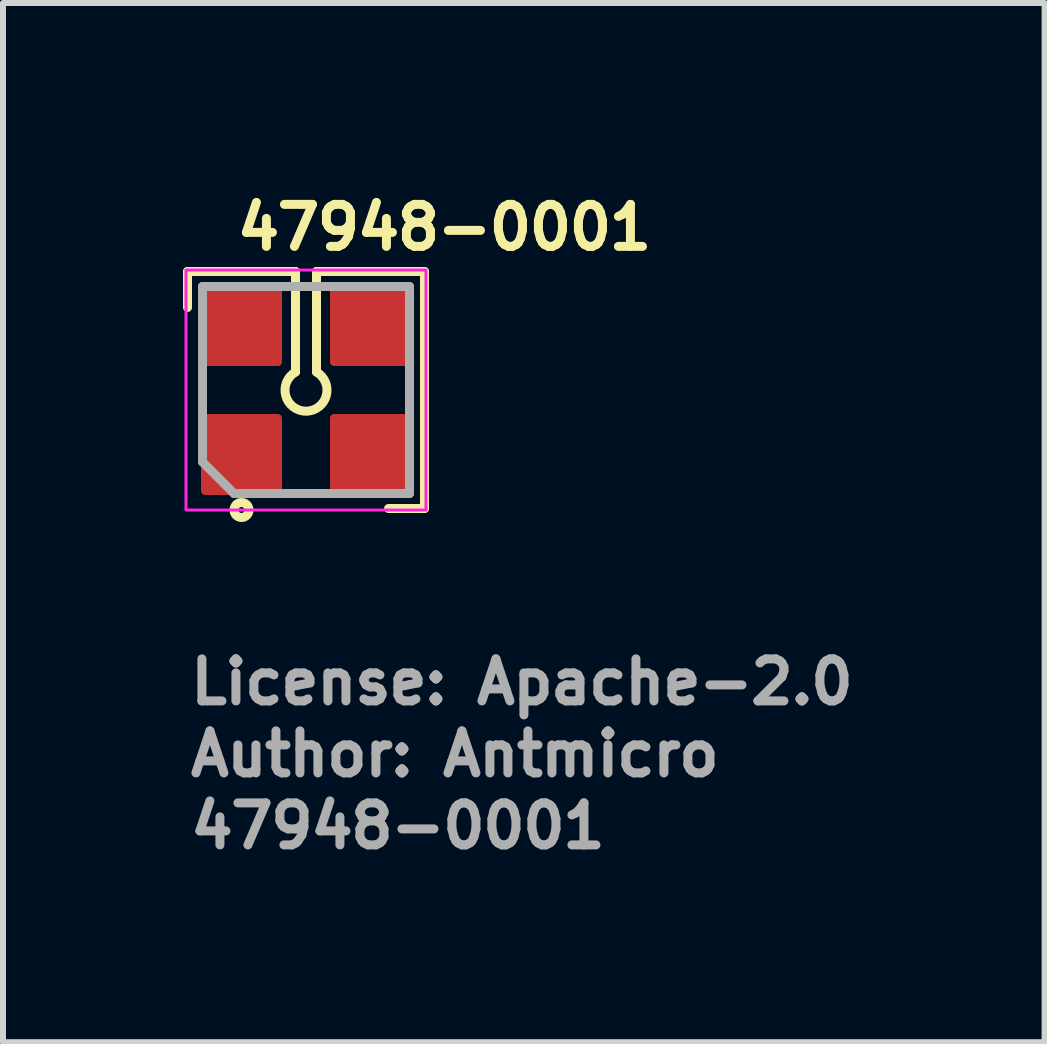
<source format=kicad_pcb>
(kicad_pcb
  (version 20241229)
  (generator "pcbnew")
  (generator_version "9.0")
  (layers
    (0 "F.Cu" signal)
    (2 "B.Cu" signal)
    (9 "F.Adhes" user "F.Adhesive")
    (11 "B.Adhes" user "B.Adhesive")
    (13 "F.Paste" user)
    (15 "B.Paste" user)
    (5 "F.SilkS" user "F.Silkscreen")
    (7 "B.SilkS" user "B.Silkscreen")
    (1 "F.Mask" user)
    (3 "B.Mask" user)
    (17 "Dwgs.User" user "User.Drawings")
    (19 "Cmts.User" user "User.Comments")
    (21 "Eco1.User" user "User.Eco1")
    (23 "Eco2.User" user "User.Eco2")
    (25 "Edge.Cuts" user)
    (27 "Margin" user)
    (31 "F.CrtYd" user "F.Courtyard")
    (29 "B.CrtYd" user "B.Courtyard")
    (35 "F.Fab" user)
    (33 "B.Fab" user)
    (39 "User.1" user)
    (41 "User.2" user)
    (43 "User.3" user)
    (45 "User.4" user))
  (footprint "47948-0001"
    (layer "F.Cu")
    (at 2.05 3.45)
    (property "Reference" "47948-0001" (at -1.225 -2.3 0) (layer "F.SilkS") (effects (font (size 0.7 0.7) (thickness 0.15)) (justify left bottom)))
    (attr smd)
    (fp_line (start -1.975 -1.975) (end -0.175 -1.975) (stroke (width 0.15) (type solid)) (layer "F.SilkS"))
    (fp_line (start -1.975 -1.375) (end -1.975 -1.975) (stroke (width 0.15) (type solid)) (layer "F.SilkS"))
    (fp_line (start -0.175 -0.3) (end -0.175 -1.975) (stroke (width 0.15) (type solid)) (layer "F.SilkS"))
    (fp_line (start 0.175 -1.975) (end 0.175 -0.3) (stroke (width 0.15) (type solid)) (layer "F.SilkS"))
    (fp_line (start 0.175 -1.975) (end 1.975 -1.975) (stroke (width 0.15) (type solid)) (layer "F.SilkS"))
    (fp_line (start 1.975 -1.975) (end 1.975 1.975) (stroke (width 0.15) (type solid)) (layer "F.SilkS"))
    (fp_line (start 1.975 1.975) (end 1.375 1.975) (stroke (width 0.15) (type solid)) (layer "F.SilkS"))
    (fp_arc (start 0.175 -0.3) (mid 0 0.353109) (end -0.175 -0.3) (stroke (width 0.15) (type solid)) (layer "F.SilkS"))
    (fp_circle (center -1.075 2) (end -1.025 2) (stroke (width 0.15) (type solid)) (fill no) (layer "F.SilkS"))
    (fp_rect (start -2 -2) (end 2 2) (stroke (width 0.05) (type solid)) (fill no) (layer "F.CrtYd"))
    (fp_line (start -1.725 -1.725) (end -1.725 1.2) (stroke (width 0.15) (type solid)) (layer "F.Fab"))
    (fp_line (start -1.725 1.2) (end -1.2 1.725) (stroke (width 0.15) (type solid)) (layer "F.Fab"))
    (fp_line (start -1.2 1.725) (end 1.725 1.725) (stroke (width 0.15) (type solid)) (layer "F.Fab"))
    (fp_line (start 1.725 -1.725) (end -1.725 -1.725) (stroke (width 0.15) (type solid)) (layer "F.Fab"))
    (fp_line (start 1.725 1.725) (end 1.725 -1.725) (stroke (width 0.15) (type solid)) (layer "F.Fab"))
    (fp_rect (start -1.74 -1.74) (end 1.74 1.74) (stroke (width 0.1) (type solid)) (fill no) (layer "User.5"))
    (fp_line (start -1.74 -1.74) (end -0.2 -1.74) (stroke (width 0.02) (type solid)) (layer "User.9"))
    (fp_line (start -1.74 -0.2) (end -1.74 -1.74) (stroke (width 0.02) (type solid)) (layer "User.9"))
    (fp_line (start -1.74 0.2) (end -1.561 0.2) (stroke (width 0.02) (type solid)) (layer "User.9"))
    (fp_line (start -1.74 1.74) (end -1.74 0.2) (stroke (width 0.02) (type solid)) (layer "User.9"))
    (fp_line (start -1.57 -1.475) (end -1.57 -1.47) (stroke (width 0.02) (type solid)) (layer "User.9"))
    (fp_line (start -1.57 1.475) (end -1.57 1.48) (stroke (width 0.02) (type solid)) (layer "User.9"))
    (fp_line (start -1.57 -0.864) (end -1.57 -1.47) (stroke (width 0.02) (type solid)) (layer "User.9"))
    (fp_line (start -1.57 0.864) (end -1.57 0.827) (stroke (width 0.02) (type solid)) (layer "User.9"))
    (fp_line (start -1.57 1.47) (end -1.57 1.475) (stroke (width 0.02) (type solid)) (layer "User.9"))
    (fp_line (start -1.57 1.47) (end -1.57 0.864) (stroke (width 0.02) (type solid)) (layer "User.9"))
    (fp_line (start -1.57 -0.826) (end -1.57 -0.864) (stroke (width 0.02) (type solid)) (layer "User.9"))
    (fp_line (start -1.57 0.827) (end -1.57 0.795) (stroke (width 0.02) (type solid)) (layer "User.9"))
    (fp_line (start -1.57 -1.48) (end -1.57 -1.475) (stroke (width 0.02) (type solid)) (layer "User.9"))
    (fp_line (start -1.57 1.48) (end -1.569 1.485) (stroke (width 0.02) (type solid)) (layer "User.9"))
    (fp_line (start -1.57 -0.794) (end -1.57 -0.826) (stroke (width 0.02) (type solid)) (layer "User.9"))
    (fp_line (start -1.57 0.795) (end -1.569 0.772) (stroke (width 0.02) (type solid)) (layer "User.9"))
    (fp_line (start -1.569 -1.485) (end -1.57 -1.48) (stroke (width 0.02) (type solid)) (layer "User.9"))
    (fp_line (start -1.569 -0.782) (end -1.57 -0.794) (stroke (width 0.02) (type solid)) (layer "User.9"))
    (fp_line (start -1.569 1.485) (end -1.568 1.49) (stroke (width 0.02) (type solid)) (layer "User.9"))
    (fp_line (start -1.569 0.772) (end -1.569 0.766) (stroke (width 0.02) (type solid)) (layer "User.9"))
    (fp_line (start -1.569 -0.772) (end -1.569 -0.782) (stroke (width 0.02) (type solid)) (layer "User.9"))
    (fp_line (start -1.569 0.766) (end -1.568 0.764) (stroke (width 0.02) (type solid)) (layer "User.9"))
    (fp_line (start -1.569 -0.766) (end -1.569 -0.772) (stroke (width 0.02) (type solid)) (layer "User.9"))
    (fp_line (start -1.568 -0.765) (end -1.569 -0.766) (stroke (width 0.02) (type solid)) (layer "User.9"))
    (fp_line (start -1.568 -1.49) (end -1.569 -1.485) (stroke (width 0.02) (type solid)) (layer "User.9"))
    (fp_line (start -1.568 1.49) (end -1.567 1.494) (stroke (width 0.02) (type solid)) (layer "User.9"))
    (fp_line (start -1.568 -0.764) (end -1.568 -0.765) (stroke (width 0.02) (type solid)) (layer "User.9"))
    (fp_line (start -1.568 -0.764) (end -1.563 -0.753) (stroke (width 0.02) (type solid)) (layer "User.9"))
    (fp_line (start -1.567 -1.495) (end -1.568 -1.49) (stroke (width 0.02) (type solid)) (layer "User.9"))
    (fp_line (start -1.567 1.494) (end -1.566 1.499) (stroke (width 0.02) (type solid)) (layer "User.9"))
    (fp_line (start -1.566 -1.499) (end -1.567 -1.495) (stroke (width 0.02) (type solid)) (layer "User.9"))
    (fp_line (start -1.566 1.499) (end -1.564 1.504) (stroke (width 0.02) (type solid)) (layer "User.9"))
    (fp_line (start -1.564 -1.504) (end -1.566 -1.499) (stroke (width 0.02) (type solid)) (layer "User.9"))
    (fp_line (start -1.564 1.504) (end -1.563 1.508) (stroke (width 0.02) (type solid)) (layer "User.9"))
    (fp_line (start -1.563 0.753) (end -1.568 0.764) (stroke (width 0.02) (type solid)) (layer "User.9"))
    (fp_line (start -1.563 0.753) (end -1.563 0.753) (stroke (width 0.02) (type solid)) (layer "User.9"))
    (fp_line (start -1.563 0.753) (end -1.563 0.751) (stroke (width 0.02) (type solid)) (layer "User.9"))
    (fp_line (start -1.563 -1.509) (end -1.564 -1.504) (stroke (width 0.02) (type solid)) (layer "User.9"))
    (fp_line (start -1.563 1.508) (end -1.561 1.513) (stroke (width 0.02) (type solid)) (layer "User.9"))
    (fp_line (start -1.563 0.751) (end -1.562 0.745) (stroke (width 0.02) (type solid)) (layer "User.9"))
    (fp_line (start -1.563 -0.751) (end -1.563 -0.753) (stroke (width 0.02) (type solid)) (layer "User.9"))
    (fp_line (start -1.562 0.745) (end -1.562 0.735) (stroke (width 0.02) (type solid)) (layer "User.9"))
    (fp_line (start -1.562 -0.745) (end -1.563 -0.751) (stroke (width 0.02) (type solid)) (layer "User.9"))
    (fp_line (start -1.562 0.735) (end -1.562 0.723) (stroke (width 0.02) (type solid)) (layer "User.9"))
    (fp_line (start -1.562 0.723) (end -1.561 0.691) (stroke (width 0.02) (type solid)) (layer "User.9"))
    (fp_line (start -1.562 -0.723) (end -1.562 -0.745) (stroke (width 0.02) (type solid)) (layer "User.9"))
    (fp_line (start -1.561 -0.691) (end -1.562 -0.723) (stroke (width 0.02) (type solid)) (layer "User.9"))
    (fp_line (start -1.561 0.691) (end -1.561 0.653) (stroke (width 0.02) (type solid)) (layer "User.9"))
    (fp_line (start -1.561 -0.653) (end -1.561 -0.691) (stroke (width 0.02) (type solid)) (layer "User.9"))
    (fp_line (start -1.561 -0.653) (end -1.561 0.653) (stroke (width 0.02) (type solid)) (layer "User.9"))
    (fp_line (start -1.561 -0.2) (end -1.74 -0.2) (stroke (width 0.02) (type solid)) (layer "User.9"))
    (fp_line (start -1.561 -1.513) (end -1.563 -1.509) (stroke (width 0.02) (type solid)) (layer "User.9"))
    (fp_line (start -1.561 1.513) (end -1.558 1.517) (stroke (width 0.02) (type solid)) (layer "User.9"))
    (fp_line (start -1.558 -1.517) (end -1.561 -1.513) (stroke (width 0.02) (type solid)) (layer "User.9"))
    (fp_line (start -1.558 1.517) (end -1.556 1.521) (stroke (width 0.02) (type solid)) (layer "User.9"))
    (fp_line (start -1.556 1.521) (end -1.553 1.525) (stroke (width 0.02) (type solid)) (layer "User.9"))
    (fp_line (start -1.556 -1.522) (end -1.558 -1.517) (stroke (width 0.02) (type solid)) (layer "User.9"))
    (fp_line (start -1.553 1.525) (end -1.55 1.529) (stroke (width 0.02) (type solid)) (layer "User.9"))
    (fp_line (start -1.553 -1.526) (end -1.556 -1.522) (stroke (width 0.02) (type solid)) (layer "User.9"))
    (fp_line (start -1.55 1.529) (end -1.547 1.533) (stroke (width 0.02) (type solid)) (layer "User.9"))
    (fp_line (start -1.55 -1.53) (end -1.553 -1.526) (stroke (width 0.02) (type solid)) (layer "User.9"))
    (fp_line (start -1.547 1.533) (end -1.544 1.537) (stroke (width 0.02) (type solid)) (layer "User.9"))
    (fp_line (start -1.547 -1.534) (end -1.55 -1.53) (stroke (width 0.02) (type solid)) (layer "User.9"))
    (fp_line (start -1.544 1.537) (end -1.541 1.541) (stroke (width 0.02) (type solid)) (layer "User.9"))
    (fp_line (start -1.544 -1.537) (end -1.547 -1.534) (stroke (width 0.02) (type solid)) (layer "User.9"))
    (fp_line (start -1.541 1.541) (end -1.537 1.544) (stroke (width 0.02) (type solid)) (layer "User.9"))
    (fp_line (start -1.541 -1.541) (end -1.544 -1.537) (stroke (width 0.02) (type solid)) (layer "User.9"))
    (fp_line (start -1.537 1.544) (end -1.534 1.547) (stroke (width 0.02) (type solid)) (layer "User.9"))
    (fp_line (start -1.537 -1.544) (end -1.541 -1.541) (stroke (width 0.02) (type solid)) (layer "User.9"))
    (fp_line (start -1.534 1.547) (end -1.53 1.55) (stroke (width 0.02) (type solid)) (layer "User.9"))
    (fp_line (start -1.533 -1.547) (end -1.537 -1.544) (stroke (width 0.02) (type solid)) (layer "User.9"))
    (fp_line (start -1.53 1.55) (end -1.526 1.553) (stroke (width 0.02) (type solid)) (layer "User.9"))
    (fp_line (start -1.529 -1.55) (end -1.533 -1.547) (stroke (width 0.02) (type solid)) (layer "User.9"))
    (fp_line (start -1.526 1.553) (end -1.522 1.556) (stroke (width 0.02) (type solid)) (layer "User.9"))
    (fp_line (start -1.525 -1.553) (end -1.529 -1.55) (stroke (width 0.02) (type solid)) (layer "User.9"))
    (fp_line (start -1.522 1.556) (end -1.517 1.558) (stroke (width 0.02) (type solid)) (layer "User.9"))
    (fp_line (start -1.521 -1.556) (end -1.525 -1.553) (stroke (width 0.02) (type solid)) (layer "User.9"))
    (fp_line (start -1.517 1.558) (end -1.513 1.561) (stroke (width 0.02) (type solid)) (layer "User.9"))
    (fp_line (start -1.517 -1.558) (end -1.521 -1.556) (stroke (width 0.02) (type solid)) (layer "User.9"))
    (fp_line (start -1.513 1.561) (end -1.509 1.563) (stroke (width 0.02) (type solid)) (layer "User.9"))
    (fp_line (start -1.513 -1.561) (end -1.517 -1.558) (stroke (width 0.02) (type solid)) (layer "User.9"))
    (fp_line (start -1.509 1.563) (end -1.504 1.564) (stroke (width 0.02) (type solid)) (layer "User.9"))
    (fp_line (start -1.508 -1.563) (end -1.513 -1.561) (stroke (width 0.02) (type solid)) (layer "User.9"))
    (fp_line (start -1.504 1.564) (end -1.499 1.566) (stroke (width 0.02) (type solid)) (layer "User.9"))
    (fp_line (start -1.504 -1.564) (end -1.508 -1.563) (stroke (width 0.02) (type solid)) (layer "User.9"))
    (fp_line (start -1.499 1.566) (end -1.495 1.567) (stroke (width 0.02) (type solid)) (layer "User.9"))
    (fp_line (start -1.499 -1.566) (end -1.504 -1.564) (stroke (width 0.02) (type solid)) (layer "User.9"))
    (fp_line (start -1.495 1.567) (end -1.49 1.568) (stroke (width 0.02) (type solid)) (layer "User.9"))
    (fp_line (start -1.494 -1.567) (end -1.499 -1.566) (stroke (width 0.02) (type solid)) (layer "User.9"))
    (fp_line (start -1.49 1.568) (end -1.485 1.569) (stroke (width 0.02) (type solid)) (layer "User.9"))
    (fp_line (start -1.49 -1.568) (end -1.494 -1.567) (stroke (width 0.02) (type solid)) (layer "User.9"))
    (fp_line (start -1.485 1.569) (end -1.48 1.57) (stroke (width 0.02) (type solid)) (layer "User.9"))
    (fp_line (start -1.485 -1.569) (end -1.49 -1.568) (stroke (width 0.02) (type solid)) (layer "User.9"))
    (fp_line (start -1.48 1.57) (end -1.475 1.57) (stroke (width 0.02) (type solid)) (layer "User.9"))
    (fp_line (start -1.48 -1.57) (end -1.485 -1.569) (stroke (width 0.02) (type solid)) (layer "User.9"))
    (fp_line (start -1.475 1.57) (end -1.47 1.57) (stroke (width 0.02) (type solid)) (layer "User.9"))
    (fp_line (start -1.475 -1.57) (end -1.48 -1.57) (stroke (width 0.02) (type solid)) (layer "User.9"))
    (fp_line (start -1.47 -1.57) (end -1.475 -1.57) (stroke (width 0.02) (type solid)) (layer "User.9"))
    (fp_line (start -1.47 -1.57) (end 1.47 -1.57) (stroke (width 0.02) (type solid)) (layer "User.9"))
    (fp_line (start -1.32 -1.32) (end -1.255 -1.255) (stroke (width 0.02) (type solid)) (layer "User.9"))
    (fp_line (start -1.32 -1.32) (end -0.18 -1.32) (stroke (width 0.02) (type solid)) (layer "User.9"))
    (fp_line (start -1.32 -0.864) (end -1.32 -1.32) (stroke (width 0.02) (type solid)) (layer "User.9"))
    (fp_line (start -1.32 -0.864) (end -1.32 -0.827) (stroke (width 0.02) (type solid)) (layer "User.9"))
    (fp_line (start -1.32 0.864) (end -1.32 1.32) (stroke (width 0.02) (type solid)) (layer "User.9"))
    (fp_line (start -1.32 1.32) (end -1.255 1.255) (stroke (width 0.02) (type solid)) (layer "User.9"))
    (fp_line (start -1.32 1.32) (end -0.18 1.32) (stroke (width 0.02) (type solid)) (layer "User.9"))
    (fp_line (start -1.32 0.826) (end -1.32 0.864) (stroke (width 0.02) (type solid)) (layer "User.9"))
    (fp_line (start -1.32 -0.827) (end -1.32 -0.795) (stroke (width 0.02) (type solid)) (layer "User.9"))
    (fp_line (start -1.32 -0.795) (end -1.319 -0.772) (stroke (width 0.02) (type solid)) (layer "User.9"))
    (fp_line (start -1.32 0.794) (end -1.32 0.826) (stroke (width 0.02) (type solid)) (layer "User.9"))
    (fp_line (start -1.319 0.782) (end -1.32 0.794) (stroke (width 0.02) (type solid)) (layer "User.9"))
    (fp_line (start -1.319 -0.772) (end -1.319 -0.766) (stroke (width 0.02) (type solid)) (layer "User.9"))
    (fp_line (start -1.319 0.772) (end -1.319 0.782) (stroke (width 0.02) (type solid)) (layer "User.9"))
    (fp_line (start -1.319 -0.766) (end -1.318 -0.764) (stroke (width 0.02) (type solid)) (layer "User.9"))
    (fp_line (start -1.319 0.766) (end -1.319 0.772) (stroke (width 0.02) (type solid)) (layer "User.9"))
    (fp_line (start -1.318 0.765) (end -1.319 0.766) (stroke (width 0.02) (type solid)) (layer "User.9"))
    (fp_line (start -1.318 -0.764) (end -1.313 -0.753) (stroke (width 0.02) (type solid)) (layer "User.9"))
    (fp_line (start -1.318 0.764) (end -1.318 0.765) (stroke (width 0.02) (type solid)) (layer "User.9"))
    (fp_line (start -1.313 -0.753) (end -1.313 -0.753) (stroke (width 0.02) (type solid)) (layer "User.9"))
    (fp_line (start -1.313 0.753) (end -1.318 0.764) (stroke (width 0.02) (type solid)) (layer "User.9"))
    (fp_line (start -1.313 -0.753) (end -1.313 -0.751) (stroke (width 0.02) (type solid)) (layer "User.9"))
    (fp_line (start -1.313 -0.751) (end -1.312 -0.745) (stroke (width 0.02) (type solid)) (layer "User.9"))
    (fp_line (start -1.313 0.751) (end -1.313 0.753) (stroke (width 0.02) (type solid)) (layer "User.9"))
    (fp_line (start -1.312 -0.745) (end -1.312 -0.735) (stroke (width 0.02) (type solid)) (layer "User.9"))
    (fp_line (start -1.312 0.745) (end -1.313 0.751) (stroke (width 0.02) (type solid)) (layer "User.9"))
    (fp_line (start -1.312 -0.735) (end -1.312 -0.723) (stroke (width 0.02) (type solid)) (layer "User.9"))
    (fp_line (start -1.312 -0.723) (end -1.311 -0.691) (stroke (width 0.02) (type solid)) (layer "User.9"))
    (fp_line (start -1.312 0.723) (end -1.312 0.745) (stroke (width 0.02) (type solid)) (layer "User.9"))
    (fp_line (start -1.311 0.691) (end -1.312 0.723) (stroke (width 0.02) (type solid)) (layer "User.9"))
    (fp_line (start -1.311 -0.691) (end -1.311 -0.653) (stroke (width 0.02) (type solid)) (layer "User.9"))
    (fp_line (start -1.311 -0.189) (end -1.311 -0.653) (stroke (width 0.02) (type solid)) (layer "User.9"))
    (fp_line (start -1.311 -0.189) (end -1.272 -0.228) (stroke (width 0.02) (type solid)) (layer "User.9"))
    (fp_line (start -1.311 0.189) (end -1.311 0.653) (stroke (width 0.02) (type solid)) (layer "User.9"))
    (fp_line (start -1.311 0.189) (end -1.272 0.228) (stroke (width 0.02) (type solid)) (layer "User.9"))
    (fp_line (start -1.311 0.189) (end -0.786 0.189) (stroke (width 0.02) (type solid)) (layer "User.9"))
    (fp_line (start -1.311 0.653) (end -1.311 0.691) (stroke (width 0.02) (type solid)) (layer "User.9"))
    (fp_line (start -1.272 -0.228) (end -1.272 -0.341) (stroke (width 0.02) (type solid)) (layer "User.9"))
    (fp_line (start -1.272 0.228) (end -1.272 0.341) (stroke (width 0.02) (type solid)) (layer "User.9"))
    (fp_line (start -1.272 0.228) (end -0.817 0.228) (stroke (width 0.02) (type solid)) (layer "User.9"))
    (fp_line (start -1.255 -1.255) (end -1.255 -0.376) (stroke (width 0.02) (type solid)) (layer "User.9"))
    (fp_line (start -1.255 -0.376) (end -1.272 -0.341) (stroke (width 0.02) (type solid)) (layer "User.9"))
    (fp_line (start -1.255 -0.376) (end -0.779 -0.376) (stroke (width 0.02) (type solid)) (layer "User.9"))
    (fp_line (start -1.255 0.376) (end -1.272 0.341) (stroke (width 0.02) (type solid)) (layer "User.9"))
    (fp_line (start -1.255 0.376) (end -1.255 1.255) (stroke (width 0.02) (type solid)) (layer "User.9"))
    (fp_line (start -1.255 0.376) (end -0.779 0.376) (stroke (width 0.02) (type solid)) (layer "User.9"))
    (fp_line (start -1.255 1.255) (end -0.354 1.255) (stroke (width 0.02) (type solid)) (layer "User.9"))
    (fp_line (start -0.817 -0.228) (end -1.272 -0.228) (stroke (width 0.02) (type solid)) (layer "User.9"))
    (fp_line (start -0.817 0.228) (end -0.813 0.242) (stroke (width 0.02) (type solid)) (layer "User.9"))
    (fp_line (start -0.813 -0.242) (end -0.817 -0.228) (stroke (width 0.02) (type solid)) (layer "User.9"))
    (fp_line (start -0.813 0.242) (end -0.808 0.257) (stroke (width 0.02) (type solid)) (layer "User.9"))
    (fp_line (start -0.812 0.222) (end -0.822 0.235) (stroke (width 0.02) (type solid)) (layer "User.9"))
    (fp_line (start -0.809 0) (end -0.808 0.024) (stroke (width 0.02) (type solid)) (layer "User.9"))
    (fp_line (start -0.808 -0.024) (end -0.809 0) (stroke (width 0.02) (type solid)) (layer "User.9"))
    (fp_line (start -0.808 0.024) (end -0.807 0.047) (stroke (width 0.02) (type solid)) (layer "User.9"))
    (fp_line (start -0.808 -0.257) (end -0.813 -0.242) (stroke (width 0.02) (type solid)) (layer "User.9"))
    (fp_line (start -0.808 0.257) (end -0.803 0.271) (stroke (width 0.02) (type solid)) (layer "User.9"))
    (fp_line (start -0.807 -0.047) (end -0.808 -0.024) (stroke (width 0.02) (type solid)) (layer "User.9"))
    (fp_line (start -0.807 0.047) (end -0.806 0.071) (stroke (width 0.02) (type solid)) (layer "User.9"))
    (fp_line (start -0.806 -0.071) (end -0.807 -0.047) (stroke (width 0.02) (type solid)) (layer "User.9"))
    (fp_line (start -0.806 0.071) (end -0.803 0.095) (stroke (width 0.02) (type solid)) (layer "User.9"))
    (fp_line (start -0.805 0.212) (end -0.812 0.222) (stroke (width 0.02) (type solid)) (layer "User.9"))
    (fp_line (start -0.803 -0.271) (end -0.808 -0.257) (stroke (width 0.02) (type solid)) (layer "User.9"))
    (fp_line (start -0.803 0.271) (end -0.799 0.285) (stroke (width 0.02) (type solid)) (layer "User.9"))
    (fp_line (start -0.803 -0.095) (end -0.806 -0.071) (stroke (width 0.02) (type solid)) (layer "User.9"))
    (fp_line (start -0.803 0.095) (end -0.8 0.118) (stroke (width 0.02) (type solid)) (layer "User.9"))
    (fp_line (start -0.8 -0.118) (end -0.803 -0.095) (stroke (width 0.02) (type solid)) (layer "User.9"))
    (fp_line (start -0.8 0) (end -0.8 0) (stroke (width 0.02) (type solid)) (layer "User.9"))
    (fp_line (start -0.8 0) (end -0.799 0.035) (stroke (width 0.02) (type solid)) (layer "User.9"))
    (fp_line (start -0.8 0.118) (end -0.796 0.142) (stroke (width 0.02) (type solid)) (layer "User.9"))
    (fp_line (start -0.799 -0.035) (end -0.8 0) (stroke (width 0.02) (type solid)) (layer "User.9"))
    (fp_line (start -0.799 0.035) (end -0.797 0.069) (stroke (width 0.02) (type solid)) (layer "User.9"))
    (fp_line (start -0.799 -0.285) (end -0.803 -0.271) (stroke (width 0.02) (type solid)) (layer "User.9"))
    (fp_line (start -0.799 0.285) (end -0.793 0.3) (stroke (width 0.02) (type solid)) (layer "User.9"))
    (fp_line (start -0.797 -0.069) (end -0.799 -0.035) (stroke (width 0.02) (type solid)) (layer "User.9"))
    (fp_line (start -0.797 0.069) (end -0.793 0.103) (stroke (width 0.02) (type solid)) (layer "User.9"))
    (fp_line (start -0.796 -0.142) (end -0.8 -0.118) (stroke (width 0.02) (type solid)) (layer "User.9"))
    (fp_line (start -0.796 0.142) (end -0.792 0.165) (stroke (width 0.02) (type solid)) (layer "User.9"))
    (fp_line (start -0.793 -0.103) (end -0.797 -0.069) (stroke (width 0.02) (type solid)) (layer "User.9"))
    (fp_line (start -0.793 0.103) (end -0.788 0.137) (stroke (width 0.02) (type solid)) (layer "User.9"))
    (fp_line (start -0.793 -0.3) (end -0.799 -0.285) (stroke (width 0.02) (type solid)) (layer "User.9"))
    (fp_line (start -0.793 0.3) (end -0.788 0.314) (stroke (width 0.02) (type solid)) (layer "User.9"))
    (fp_line (start -0.792 -0.165) (end -0.796 -0.142) (stroke (width 0.02) (type solid)) (layer "User.9"))
    (fp_line (start -0.792 0.165) (end -0.786 0.189) (stroke (width 0.02) (type solid)) (layer "User.9"))
    (fp_line (start -0.788 -0.137) (end -0.793 -0.103) (stroke (width 0.02) (type solid)) (layer "User.9"))
    (fp_line (start -0.788 0.137) (end -0.782 0.17) (stroke (width 0.02) (type solid)) (layer "User.9"))
    (fp_line (start -0.788 -0.314) (end -0.793 -0.3) (stroke (width 0.02) (type solid)) (layer "User.9"))
    (fp_line (start -0.788 0.314) (end -0.782 0.328) (stroke (width 0.02) (type solid)) (layer "User.9"))
    (fp_line (start -0.786 -0.189) (end -0.807 -0.215) (stroke (width 0.02) (type solid)) (layer "User.9"))
    (fp_line (start -0.786 -0.189) (end -1.311 -0.189) (stroke (width 0.02) (type solid)) (layer "User.9"))
    (fp_line (start -0.786 -0.189) (end -0.792 -0.165) (stroke (width 0.02) (type solid)) (layer "User.9"))
    (fp_line (start -0.786 0.189) (end -0.805 0.212) (stroke (width 0.02) (type solid)) (layer "User.9"))
    (fp_line (start -0.782 -0.328) (end -0.788 -0.314) (stroke (width 0.02) (type solid)) (layer "User.9"))
    (fp_line (start -0.782 0.328) (end -0.776 0.341) (stroke (width 0.02) (type solid)) (layer "User.9"))
    (fp_line (start -0.782 0.17) (end -0.774 0.203) (stroke (width 0.02) (type solid)) (layer "User.9"))
    (fp_line (start -0.782 -0.17) (end -0.788 -0.137) (stroke (width 0.02) (type solid)) (layer "User.9"))
    (fp_line (start -0.779 -0.376) (end -0.779 -0.369) (stroke (width 0.02) (type solid)) (layer "User.9"))
    (fp_line (start -0.779 -0.369) (end -0.778 -0.361) (stroke (width 0.02) (type solid)) (layer "User.9"))
    (fp_line (start -0.779 0.366) (end -0.779 0.375) (stroke (width 0.02) (type solid)) (layer "User.9"))
    (fp_line (start -0.778 -0.361) (end -0.777 -0.353) (stroke (width 0.02) (type solid)) (layer "User.9"))
    (fp_line (start -0.778 0.358) (end -0.779 0.366) (stroke (width 0.02) (type solid)) (layer "User.9"))
    (fp_line (start -0.777 -0.353) (end -0.777 -0.345) (stroke (width 0.02) (type solid)) (layer "User.9"))
    (fp_line (start -0.777 0.35) (end -0.778 0.358) (stroke (width 0.02) (type solid)) (layer "User.9"))
    (fp_line (start -0.776 -0.341) (end -0.782 -0.328) (stroke (width 0.02) (type solid)) (layer "User.9"))
    (fp_line (start -0.776 0.341) (end -0.777 0.35) (stroke (width 0.02) (type solid)) (layer "User.9"))
    (fp_line (start -0.774 -0.203) (end -0.782 -0.17) (stroke (width 0.02) (type solid)) (layer "User.9"))
    (fp_line (start -0.774 0.203) (end -0.765 0.235) (stroke (width 0.02) (type solid)) (layer "User.9"))
    (fp_line (start -0.765 -0.235) (end -0.774 -0.203) (stroke (width 0.02) (type solid)) (layer "User.9"))
    (fp_line (start -0.765 0.235) (end -0.754 0.267) (stroke (width 0.02) (type solid)) (layer "User.9"))
    (fp_line (start -0.762 -0.411) (end -0.779 -0.376) (stroke (width 0.02) (type solid)) (layer "User.9"))
    (fp_line (start -0.762 0.411) (end -0.779 0.376) (stroke (width 0.02) (type solid)) (layer "User.9"))
    (fp_line (start -0.754 -0.267) (end -0.765 -0.235) (stroke (width 0.02) (type solid)) (layer "User.9"))
    (fp_line (start -0.754 0.267) (end -0.729 0.329) (stroke (width 0.02) (type solid)) (layer "User.9"))
    (fp_line (start -0.743 -0.444) (end -0.762 -0.411) (stroke (width 0.02) (type solid)) (layer "User.9"))
    (fp_line (start -0.743 0.444) (end -0.762 0.411) (stroke (width 0.02) (type solid)) (layer "User.9"))
    (fp_line (start -0.742 -0.298) (end -0.754 -0.267) (stroke (width 0.02) (type solid)) (layer "User.9"))
    (fp_line (start -0.729 -0.329) (end -0.742 -0.298) (stroke (width 0.02) (type solid)) (layer "User.9"))
    (fp_line (start -0.729 0.329) (end -0.7 0.388) (stroke (width 0.02) (type solid)) (layer "User.9"))
    (fp_line (start -0.722 -0.477) (end -0.743 -0.444) (stroke (width 0.02) (type solid)) (layer "User.9"))
    (fp_line (start -0.722 0.477) (end -0.743 0.444) (stroke (width 0.02) (type solid)) (layer "User.9"))
    (fp_line (start -0.715 -0.359) (end -0.729 -0.329) (stroke (width 0.02) (type solid)) (layer "User.9"))
    (fp_line (start -0.7 -0.508) (end -0.722 -0.477) (stroke (width 0.02) (type solid)) (layer "User.9"))
    (fp_line (start -0.7 0.508) (end -0.722 0.477) (stroke (width 0.02) (type solid)) (layer "User.9"))
    (fp_line (start -0.7 -0.388) (end -0.715 -0.359) (stroke (width 0.02) (type solid)) (layer "User.9"))
    (fp_line (start -0.7 0.388) (end -0.665 0.445) (stroke (width 0.02) (type solid)) (layer "User.9"))
    (fp_line (start -0.683 -0.417) (end -0.7 -0.388) (stroke (width 0.02) (type solid)) (layer "User.9"))
    (fp_line (start -0.677 -0.539) (end -0.7 -0.508) (stroke (width 0.02) (type solid)) (layer "User.9"))
    (fp_line (start -0.677 0.539) (end -0.7 0.508) (stroke (width 0.02) (type solid)) (layer "User.9"))
    (fp_line (start -0.665 -0.445) (end -0.683 -0.417) (stroke (width 0.02) (type solid)) (layer "User.9"))
    (fp_line (start -0.665 0.445) (end -0.626 0.498) (stroke (width 0.02) (type solid)) (layer "User.9"))
    (fp_line (start -0.653 -0.568) (end -0.677 -0.539) (stroke (width 0.02) (type solid)) (layer "User.9"))
    (fp_line (start -0.653 0.568) (end -0.677 0.539) (stroke (width 0.02) (type solid)) (layer "User.9"))
    (fp_line (start -0.646 -0.472) (end -0.665 -0.445) (stroke (width 0.02) (type solid)) (layer "User.9"))
    (fp_line (start -0.627 -0.596) (end -0.653 -0.568) (stroke (width 0.02) (type solid)) (layer "User.9"))
    (fp_line (start -0.627 0.596) (end -0.653 0.568) (stroke (width 0.02) (type solid)) (layer "User.9"))
    (fp_line (start -0.626 -0.498) (end -0.646 -0.472) (stroke (width 0.02) (type solid)) (layer "User.9"))
    (fp_line (start -0.626 0.498) (end -0.583 0.548) (stroke (width 0.02) (type solid)) (layer "User.9"))
    (fp_line (start -0.605 -0.523) (end -0.626 -0.498) (stroke (width 0.02) (type solid)) (layer "User.9"))
    (fp_line (start -0.6 -0.623) (end -0.627 -0.596) (stroke (width 0.02) (type solid)) (layer "User.9"))
    (fp_line (start -0.6 0.623) (end -0.627 0.596) (stroke (width 0.02) (type solid)) (layer "User.9"))
    (fp_line (start -0.583 -0.548) (end -0.605 -0.523) (stroke (width 0.02) (type solid)) (layer "User.9"))
    (fp_line (start -0.583 0.548) (end -0.536 0.594) (stroke (width 0.02) (type solid)) (layer "User.9"))
    (fp_line (start -0.572 -0.649) (end -0.6 -0.623) (stroke (width 0.02) (type solid)) (layer "User.9"))
    (fp_line (start -0.572 0.649) (end -0.6 0.623) (stroke (width 0.02) (type solid)) (layer "User.9"))
    (fp_line (start -0.56 -0.572) (end -0.583 -0.548) (stroke (width 0.02) (type solid)) (layer "User.9"))
    (fp_line (start -0.543 -0.674) (end -0.572 -0.649) (stroke (width 0.02) (type solid)) (layer "User.9"))
    (fp_line (start -0.543 0.674) (end -0.572 0.649) (stroke (width 0.02) (type solid)) (layer "User.9"))
    (fp_line (start -0.536 -0.594) (end -0.56 -0.572) (stroke (width 0.02) (type solid)) (layer "User.9"))
    (fp_line (start -0.536 0.594) (end -0.485 0.637) (stroke (width 0.02) (type solid)) (layer "User.9"))
    (fp_line (start -0.513 -0.697) (end -0.543 -0.674) (stroke (width 0.02) (type solid)) (layer "User.9"))
    (fp_line (start -0.513 0.697) (end -0.543 0.674) (stroke (width 0.02) (type solid)) (layer "User.9"))
    (fp_line (start -0.511 -0.616) (end -0.536 -0.594) (stroke (width 0.02) (type solid)) (layer "User.9"))
    (fp_line (start -0.485 -0.637) (end -0.511 -0.616) (stroke (width 0.02) (type solid)) (layer "User.9"))
    (fp_line (start -0.485 0.637) (end -0.43 0.675) (stroke (width 0.02) (type solid)) (layer "User.9"))
    (fp_line (start -0.481 -0.719) (end -0.513 -0.697) (stroke (width 0.02) (type solid)) (layer "User.9"))
    (fp_line (start -0.481 0.719) (end -0.513 0.697) (stroke (width 0.02) (type solid)) (layer "User.9"))
    (fp_line (start -0.458 -0.656) (end -0.485 -0.637) (stroke (width 0.02) (type solid)) (layer "User.9"))
    (fp_line (start -0.449 -0.74) (end -0.481 -0.719) (stroke (width 0.02) (type solid)) (layer "User.9"))
    (fp_line (start -0.449 0.74) (end -0.481 0.719) (stroke (width 0.02) (type solid)) (layer "User.9"))
    (fp_line (start -0.43 -0.675) (end -0.458 -0.656) (stroke (width 0.02) (type solid)) (layer "User.9"))
    (fp_line (start -0.43 0.675) (end -0.401 0.692) (stroke (width 0.02) (type solid)) (layer "User.9"))
    (fp_line (start -0.416 -0.759) (end -0.449 -0.74) (stroke (width 0.02) (type solid)) (layer "User.9"))
    (fp_line (start -0.416 0.759) (end -0.449 0.74) (stroke (width 0.02) (type solid)) (layer "User.9"))
    (fp_line (start -0.401 -0.692) (end -0.43 -0.675) (stroke (width 0.02) (type solid)) (layer "User.9"))
    (fp_line (start -0.401 0.692) (end -0.372 0.708) (stroke (width 0.02) (type solid)) (layer "User.9"))
    (fp_line (start -0.382 -0.777) (end -0.416 -0.759) (stroke (width 0.02) (type solid)) (layer "User.9"))
    (fp_line (start -0.382 0.777) (end -0.416 0.759) (stroke (width 0.02) (type solid)) (layer "User.9"))
    (fp_line (start -0.372 -0.708) (end -0.401 -0.692) (stroke (width 0.02) (type solid)) (layer "User.9"))
    (fp_line (start -0.372 0.708) (end -0.342 0.723) (stroke (width 0.02) (type solid)) (layer "User.9"))
    (fp_line (start -0.354 -1.255) (end -1.255 -1.255) (stroke (width 0.02) (type solid)) (layer "User.9"))
    (fp_line (start -0.354 -1.255) (end -0.354 -0.793) (stroke (width 0.02) (type solid)) (layer "User.9"))
    (fp_line (start -0.354 -1.255) (end -0.346 -1.263) (stroke (width 0.02) (type solid)) (layer "User.9"))
    (fp_line (start -0.354 -0.793) (end -0.346 -0.793) (stroke (width 0.02) (type solid)) (layer "User.9"))
    (fp_line (start -0.354 1.255) (end -0.354 0.793) (stroke (width 0.02) (type solid)) (layer "User.9"))
    (fp_line (start -0.354 1.255) (end -0.346 1.263) (stroke (width 0.02) (type solid)) (layer "User.9"))
    (fp_line (start -0.346 -0.793) (end -0.382 -0.777) (stroke (width 0.02) (type solid)) (layer "User.9"))
    (fp_line (start -0.346 0.793) (end -0.382 0.777) (stroke (width 0.02) (type solid)) (layer "User.9"))
    (fp_line (start -0.346 0.793) (end -0.354 0.793) (stroke (width 0.02) (type solid)) (layer "User.9"))
    (fp_line (start -0.346 0.793) (end -0.336 0.796) (stroke (width 0.02) (type solid)) (layer "User.9"))
    (fp_line (start -0.342 -0.723) (end -0.372 -0.708) (stroke (width 0.02) (type solid)) (layer "User.9"))
    (fp_line (start -0.342 0.723) (end -0.311 0.737) (stroke (width 0.02) (type solid)) (layer "User.9"))
    (fp_line (start -0.336 -0.796) (end -0.346 -0.793) (stroke (width 0.02) (type solid)) (layer "User.9"))
    (fp_line (start -0.336 0.796) (end -0.325 0.8) (stroke (width 0.02) (type solid)) (layer "User.9"))
    (fp_line (start -0.325 -0.8) (end -0.336 -0.796) (stroke (width 0.02) (type solid)) (layer "User.9"))
    (fp_line (start -0.325 0.8) (end -0.314 0.803) (stroke (width 0.02) (type solid)) (layer "User.9"))
    (fp_line (start -0.314 0.803) (end -0.302 0.806) (stroke (width 0.02) (type solid)) (layer "User.9"))
    (fp_line (start -0.311 -0.737) (end -0.342 -0.723) (stroke (width 0.02) (type solid)) (layer "User.9"))
    (fp_line (start -0.311 0.737) (end -0.279 0.75) (stroke (width 0.02) (type solid)) (layer "User.9"))
    (fp_line (start -0.302 -0.806) (end -0.325 -0.8) (stroke (width 0.02) (type solid)) (layer "User.9"))
    (fp_line (start -0.302 0.806) (end -0.29 0.81) (stroke (width 0.02) (type solid)) (layer "User.9"))
    (fp_line (start -0.29 0.81) (end -0.277 0.813) (stroke (width 0.02) (type solid)) (layer "User.9"))
    (fp_line (start -0.279 -0.75) (end -0.311 -0.737) (stroke (width 0.02) (type solid)) (layer "User.9"))
    (fp_line (start -0.279 0.75) (end -0.247 0.761) (stroke (width 0.02) (type solid)) (layer "User.9"))
    (fp_line (start -0.277 -0.813) (end -0.302 -0.806) (stroke (width 0.02) (type solid)) (layer "User.9"))
    (fp_line (start -0.277 0.813) (end -0.25 0.819) (stroke (width 0.02) (type solid)) (layer "User.9"))
    (fp_line (start -0.25 -0.819) (end -0.277 -0.813) (stroke (width 0.02) (type solid)) (layer "User.9"))
    (fp_line (start -0.25 0.819) (end -0.244 0.821) (stroke (width 0.02) (type solid)) (layer "User.9"))
    (fp_line (start -0.247 -0.761) (end -0.279 -0.75) (stroke (width 0.02) (type solid)) (layer "User.9"))
    (fp_line (start -0.247 0.761) (end -0.214 0.771) (stroke (width 0.02) (type solid)) (layer "User.9"))
    (fp_line (start -0.244 0.821) (end -0.237 0.823) (stroke (width 0.02) (type solid)) (layer "User.9"))
    (fp_line (start -0.244 -0.821) (end -0.25 -0.819) (stroke (width 0.02) (type solid)) (layer "User.9"))
    (fp_line (start -0.237 -1.263) (end -0.346 -1.263) (stroke (width 0.02) (type solid)) (layer "User.9"))
    (fp_line (start -0.237 -1.263) (end -0.237 -0.823) (stroke (width 0.02) (type solid)) (layer "User.9"))
    (fp_line (start -0.237 -0.823) (end -0.244 -0.821) (stroke (width 0.02) (type solid)) (layer "User.9"))
    (fp_line (start -0.237 0.823) (end -0.237 1.263) (stroke (width 0.02) (type solid)) (layer "User.9"))
    (fp_line (start -0.237 1.263) (end -0.346 1.263) (stroke (width 0.02) (type solid)) (layer "User.9"))
    (fp_line (start -0.225 0.815) (end -0.239 0.825) (stroke (width 0.02) (type solid)) (layer "User.9"))
    (fp_line (start -0.22 -0.81) (end -0.233 -0.82) (stroke (width 0.02) (type solid)) (layer "User.9"))
    (fp_line (start -0.214 -0.771) (end -0.247 -0.761) (stroke (width 0.02) (type solid)) (layer "User.9"))
    (fp_line (start -0.214 0.771) (end -0.18 0.779) (stroke (width 0.02) (type solid)) (layer "User.9"))
    (fp_line (start -0.21 0.803) (end -0.225 0.815) (stroke (width 0.02) (type solid)) (layer "User.9"))
    (fp_line (start -0.206 -0.8) (end -0.22 -0.81) (stroke (width 0.02) (type solid)) (layer "User.9"))
    (fp_line (start -0.2 -1.74) (end -0.2 -1.57) (stroke (width 0.02) (type solid)) (layer "User.9"))
    (fp_line (start -0.2 1.57) (end -0.2 1.74) (stroke (width 0.02) (type solid)) (layer "User.9"))
    (fp_line (start -0.2 1.74) (end -1.74 1.74) (stroke (width 0.02) (type solid)) (layer "User.9"))
    (fp_line (start -0.18 0.779) (end -0.21 0.803) (stroke (width 0.02) (type solid)) (layer "User.9"))
    (fp_line (start -0.18 -1.32) (end -0.237 -1.263) (stroke (width 0.02) (type solid)) (layer "User.9"))
    (fp_line (start -0.18 -1.32) (end -0.18 -0.779) (stroke (width 0.02) (type solid)) (layer "User.9"))
    (fp_line (start -0.18 -0.779) (end -0.214 -0.771) (stroke (width 0.02) (type solid)) (layer "User.9"))
    (fp_line (start -0.18 -0.779) (end -0.206 -0.8) (stroke (width 0.02) (type solid)) (layer "User.9"))
    (fp_line (start -0.18 1.32) (end -0.237 1.263) (stroke (width 0.02) (type solid)) (layer "User.9"))
    (fp_line (start -0.18 1.32) (end -0.18 0.779) (stroke (width 0.02) (type solid)) (layer "User.9"))
    (fp_line (start 0.18 -1.32) (end 0.237 -1.263) (stroke (width 0.02) (type solid)) (layer "User.9"))
    (fp_line (start 0.18 -1.32) (end 1.32 -1.32) (stroke (width 0.02) (type solid)) (layer "User.9"))
    (fp_line (start 0.18 -0.779) (end 0.18 -1.32) (stroke (width 0.02) (type solid)) (layer "User.9"))
    (fp_line (start 0.18 0.779) (end 0.206 0.8) (stroke (width 0.02) (type solid)) (layer "User.9"))
    (fp_line (start 0.18 0.779) (end 0.235 0.765) (stroke (width 0.02) (type solid)) (layer "User.9"))
    (fp_line (start 0.18 1.32) (end 0.18 0.779) (stroke (width 0.02) (type solid)) (layer "User.9"))
    (fp_line (start 0.18 1.32) (end 0.237 1.263) (stroke (width 0.02) (type solid)) (layer "User.9"))
    (fp_line (start 0.18 -0.779) (end 0.21 -0.803) (stroke (width 0.02) (type solid)) (layer "User.9"))
    (fp_line (start 0.2 -1.74) (end 1.74 -1.74) (stroke (width 0.02) (type solid)) (layer "User.9"))
    (fp_line (start 0.2 -1.57) (end 0.2 -1.74) (stroke (width 0.02) (type solid)) (layer "User.9"))
    (fp_line (start 0.2 1.74) (end 0.2 1.57) (stroke (width 0.02) (type solid)) (layer "User.9"))
    (fp_line (start 0.206 0.8) (end 0.22 0.81) (stroke (width 0.02) (type solid)) (layer "User.9"))
    (fp_line (start 0.21 -0.803) (end 0.225 -0.815) (stroke (width 0.02) (type solid)) (layer "User.9"))
    (fp_line (start 0.22 0.81) (end 0.233 0.82) (stroke (width 0.02) (type solid)) (layer "User.9"))
    (fp_line (start 0.225 -0.815) (end 0.239 -0.825) (stroke (width 0.02) (type solid)) (layer "User.9"))
    (fp_line (start 0.235 -0.765) (end 0.18 -0.779) (stroke (width 0.02) (type solid)) (layer "User.9"))
    (fp_line (start 0.235 0.765) (end 0.288 0.746) (stroke (width 0.02) (type solid)) (layer "User.9"))
    (fp_line (start 0.237 -1.263) (end 0.346 -1.263) (stroke (width 0.02) (type solid)) (layer "User.9"))
    (fp_line (start 0.237 -0.823) (end 0.237 -1.263) (stroke (width 0.02) (type solid)) (layer "User.9"))
    (fp_line (start 0.237 0.823) (end 0.244 0.821) (stroke (width 0.02) (type solid)) (layer "User.9"))
    (fp_line (start 0.237 1.263) (end 0.237 0.823) (stroke (width 0.02) (type solid)) (layer "User.9"))
    (fp_line (start 0.237 1.263) (end 0.346 1.263) (stroke (width 0.02) (type solid)) (layer "User.9"))
    (fp_line (start 0.244 0.821) (end 0.25 0.819) (stroke (width 0.02) (type solid)) (layer "User.9"))
    (fp_line (start 0.244 -0.821) (end 0.237 -0.823) (stroke (width 0.02) (type solid)) (layer "User.9"))
    (fp_line (start 0.25 -0.819) (end 0.244 -0.821) (stroke (width 0.02) (type solid)) (layer "User.9"))
    (fp_line (start 0.25 0.819) (end 0.277 0.813) (stroke (width 0.02) (type solid)) (layer "User.9"))
    (fp_line (start 0.277 -0.813) (end 0.25 -0.819) (stroke (width 0.02) (type solid)) (layer "User.9"))
    (fp_line (start 0.277 0.813) (end 0.302 0.806) (stroke (width 0.02) (type solid)) (layer "User.9"))
    (fp_line (start 0.288 -0.746) (end 0.235 -0.765) (stroke (width 0.02) (type solid)) (layer "User.9"))
    (fp_line (start 0.288 0.746) (end 0.34 0.724) (stroke (width 0.02) (type solid)) (layer "User.9"))
    (fp_line (start 0.29 -0.81) (end 0.277 -0.813) (stroke (width 0.02) (type solid)) (layer "User.9"))
    (fp_line (start 0.302 -0.806) (end 0.29 -0.81) (stroke (width 0.02) (type solid)) (layer "User.9"))
    (fp_line (start 0.302 0.806) (end 0.325 0.8) (stroke (width 0.02) (type solid)) (layer "User.9"))
    (fp_line (start 0.314 -0.803) (end 0.302 -0.806) (stroke (width 0.02) (type solid)) (layer "User.9"))
    (fp_line (start 0.325 -0.8) (end 0.314 -0.803) (stroke (width 0.02) (type solid)) (layer "User.9"))
    (fp_line (start 0.325 0.8) (end 0.336 0.796) (stroke (width 0.02) (type solid)) (layer "User.9"))
    (fp_line (start 0.336 -0.796) (end 0.325 -0.8) (stroke (width 0.02) (type solid)) (layer "User.9"))
    (fp_line (start 0.336 0.796) (end 0.346 0.793) (stroke (width 0.02) (type solid)) (layer "User.9"))
    (fp_line (start 0.34 -0.724) (end 0.288 -0.746) (stroke (width 0.02) (type solid)) (layer "User.9"))
    (fp_line (start 0.34 0.724) (end 0.39 0.699) (stroke (width 0.02) (type solid)) (layer "User.9"))
    (fp_line (start 0.346 -0.793) (end 0.336 -0.796) (stroke (width 0.02) (type solid)) (layer "User.9"))
    (fp_line (start 0.346 -0.793) (end 0.354 -0.793) (stroke (width 0.02) (type solid)) (layer "User.9"))
    (fp_line (start 0.354 -1.255) (end 0.346 -1.263) (stroke (width 0.02) (type solid)) (layer "User.9"))
    (fp_line (start 0.354 -1.255) (end 0.354 -0.793) (stroke (width 0.02) (type solid)) (layer "User.9"))
    (fp_line (start 0.354 0.793) (end 0.346 0.793) (stroke (width 0.02) (type solid)) (layer "User.9"))
    (fp_line (start 0.354 1.255) (end 0.346 1.263) (stroke (width 0.02) (type solid)) (layer "User.9"))
    (fp_line (start 0.354 1.255) (end 0.354 0.793) (stroke (width 0.02) (type solid)) (layer "User.9"))
    (fp_line (start 0.385 -0.775) (end 0.346 -0.793) (stroke (width 0.02) (type solid)) (layer "User.9"))
    (fp_line (start 0.385 0.775) (end 0.346 0.793) (stroke (width 0.02) (type solid)) (layer "User.9"))
    (fp_line (start 0.39 -0.699) (end 0.34 -0.724) (stroke (width 0.02) (type solid)) (layer "User.9"))
    (fp_line (start 0.39 0.699) (end 0.437 0.67) (stroke (width 0.02) (type solid)) (layer "User.9"))
    (fp_line (start 0.422 -0.755) (end 0.385 -0.775) (stroke (width 0.02) (type solid)) (layer "User.9"))
    (fp_line (start 0.422 0.755) (end 0.385 0.775) (stroke (width 0.02) (type solid)) (layer "User.9"))
    (fp_line (start 0.437 -0.67) (end 0.39 -0.699) (stroke (width 0.02) (type solid)) (layer "User.9"))
    (fp_line (start 0.437 0.67) (end 0.482 0.638) (stroke (width 0.02) (type solid)) (layer "User.9"))
    (fp_line (start 0.458 -0.734) (end 0.422 -0.755) (stroke (width 0.02) (type solid)) (layer "User.9"))
    (fp_line (start 0.458 0.734) (end 0.422 0.755) (stroke (width 0.02) (type solid)) (layer "User.9"))
    (fp_line (start 0.482 -0.638) (end 0.437 -0.67) (stroke (width 0.02) (type solid)) (layer "User.9"))
    (fp_line (start 0.482 0.638) (end 0.525 0.603) (stroke (width 0.02) (type solid)) (layer "User.9"))
    (fp_line (start 0.493 -0.711) (end 0.458 -0.734) (stroke (width 0.02) (type solid)) (layer "User.9"))
    (fp_line (start 0.493 0.711) (end 0.458 0.734) (stroke (width 0.02) (type solid)) (layer "User.9"))
    (fp_line (start 0.525 -0.603) (end 0.482 -0.638) (stroke (width 0.02) (type solid)) (layer "User.9"))
    (fp_line (start 0.525 0.603) (end 0.566 0.566) (stroke (width 0.02) (type solid)) (layer "User.9"))
    (fp_line (start 0.527 -0.686) (end 0.493 -0.711) (stroke (width 0.02) (type solid)) (layer "User.9"))
    (fp_line (start 0.527 0.686) (end 0.493 0.711) (stroke (width 0.02) (type solid)) (layer "User.9"))
    (fp_line (start 0.56 -0.66) (end 0.527 -0.686) (stroke (width 0.02) (type solid)) (layer "User.9"))
    (fp_line (start 0.56 0.66) (end 0.527 0.686) (stroke (width 0.02) (type solid)) (layer "User.9"))
    (fp_line (start 0.566 -0.566) (end 0.525 -0.603) (stroke (width 0.02) (type solid)) (layer "User.9"))
    (fp_line (start 0.566 0.566) (end 0.603 0.525) (stroke (width 0.02) (type solid)) (layer "User.9"))
    (fp_line (start 0.591 -0.632) (end 0.56 -0.66) (stroke (width 0.02) (type solid)) (layer "User.9"))
    (fp_line (start 0.591 0.632) (end 0.56 0.66) (stroke (width 0.02) (type solid)) (layer "User.9"))
    (fp_line (start 0.603 -0.525) (end 0.566 -0.566) (stroke (width 0.02) (type solid)) (layer "User.9"))
    (fp_line (start 0.603 0.525) (end 0.638 0.482) (stroke (width 0.02) (type solid)) (layer "User.9"))
    (fp_line (start 0.621 -0.603) (end 0.591 -0.632) (stroke (width 0.02) (type solid)) (layer "User.9"))
    (fp_line (start 0.621 0.603) (end 0.591 0.632) (stroke (width 0.02) (type solid)) (layer "User.9"))
    (fp_line (start 0.638 -0.482) (end 0.603 -0.525) (stroke (width 0.02) (type solid)) (layer "User.9"))
    (fp_line (start 0.638 0.482) (end 0.67 0.437) (stroke (width 0.02) (type solid)) (layer "User.9"))
    (fp_line (start 0.649 -0.573) (end 0.621 -0.603) (stroke (width 0.02) (type solid)) (layer "User.9"))
    (fp_line (start 0.649 0.573) (end 0.621 0.603) (stroke (width 0.02) (type solid)) (layer "User.9"))
    (fp_line (start 0.67 -0.437) (end 0.638 -0.482) (stroke (width 0.02) (type solid)) (layer "User.9"))
    (fp_line (start 0.67 0.437) (end 0.699 0.39) (stroke (width 0.02) (type solid)) (layer "User.9"))
    (fp_line (start 0.676 -0.541) (end 0.649 -0.573) (stroke (width 0.02) (type solid)) (layer "User.9"))
    (fp_line (start 0.676 0.541) (end 0.649 0.573) (stroke (width 0.02) (type solid)) (layer "User.9"))
    (fp_line (start 0.699 -0.39) (end 0.67 -0.437) (stroke (width 0.02) (type solid)) (layer "User.9"))
    (fp_line (start 0.699 0.39) (end 0.724 0.34) (stroke (width 0.02) (type solid)) (layer "User.9"))
    (fp_line (start 0.701 -0.507) (end 0.676 -0.541) (stroke (width 0.02) (type solid)) (layer "User.9"))
    (fp_line (start 0.701 0.507) (end 0.676 0.541) (stroke (width 0.02) (type solid)) (layer "User.9"))
    (fp_line (start 0.724 -0.34) (end 0.699 -0.39) (stroke (width 0.02) (type solid)) (layer "User.9"))
    (fp_line (start 0.724 0.34) (end 0.746 0.288) (stroke (width 0.02) (type solid)) (layer "User.9"))
    (fp_line (start 0.725 -0.473) (end 0.701 -0.507) (stroke (width 0.02) (type solid)) (layer "User.9"))
    (fp_line (start 0.725 0.473) (end 0.701 0.507) (stroke (width 0.02) (type solid)) (layer "User.9"))
    (fp_line (start 0.746 -0.288) (end 0.724 -0.34) (stroke (width 0.02) (type solid)) (layer "User.9"))
    (fp_line (start 0.746 0.288) (end 0.765 0.235) (stroke (width 0.02) (type solid)) (layer "User.9"))
    (fp_line (start 0.747 -0.437) (end 0.725 -0.473) (stroke (width 0.02) (type solid)) (layer "User.9"))
    (fp_line (start 0.747 0.437) (end 0.725 0.473) (stroke (width 0.02) (type solid)) (layer "User.9"))
    (fp_line (start 0.765 -0.235) (end 0.746 -0.288) (stroke (width 0.02) (type solid)) (layer "User.9"))
    (fp_line (start 0.765 0.235) (end 0.779 0.18) (stroke (width 0.02) (type solid)) (layer "User.9"))
    (fp_line (start 0.767 -0.4) (end 0.747 -0.437) (stroke (width 0.02) (type solid)) (layer "User.9"))
    (fp_line (start 0.767 0.4) (end 0.747 0.437) (stroke (width 0.02) (type solid)) (layer "User.9"))
    (fp_line (start 0.779 -0.18) (end 0.797 -0.203) (stroke (width 0.02) (type solid)) (layer "User.9"))
    (fp_line (start 0.779 -0.18) (end 0.765 -0.235) (stroke (width 0.02) (type solid)) (layer "User.9"))
    (fp_line (start 0.779 0.18) (end 0.797 0.203) (stroke (width 0.02) (type solid)) (layer "User.9"))
    (fp_line (start 0.779 0.18) (end 1.32 0.18) (stroke (width 0.02) (type solid)) (layer "User.9"))
    (fp_line (start 0.786 -0.362) (end 0.767 -0.4) (stroke (width 0.02) (type solid)) (layer "User.9"))
    (fp_line (start 0.786 0.362) (end 0.767 0.4) (stroke (width 0.02) (type solid)) (layer "User.9"))
    (fp_line (start 0.797 -0.203) (end 0.805 -0.213) (stroke (width 0.02) (type solid)) (layer "User.9"))
    (fp_line (start 0.797 0.203) (end 0.805 0.213) (stroke (width 0.02) (type solid)) (layer "User.9"))
    (fp_line (start 0.803 -0.376) (end 0.803 -0.324) (stroke (width 0.02) (type solid)) (layer "User.9"))
    (fp_line (start 0.803 -0.324) (end 0.786 -0.362) (stroke (width 0.02) (type solid)) (layer "User.9"))
    (fp_line (start 0.803 0.324) (end 0.786 0.362) (stroke (width 0.02) (type solid)) (layer "User.9"))
    (fp_line (start 0.803 0.324) (end 0.803 0.376) (stroke (width 0.02) (type solid)) (layer "User.9"))
    (fp_line (start 0.803 0.324) (end 0.807 0.303) (stroke (width 0.02) (type solid)) (layer "User.9"))
    (fp_line (start 0.805 -0.213) (end 0.815 -0.226) (stroke (width 0.02) (type solid)) (layer "User.9"))
    (fp_line (start 0.805 0.213) (end 0.815 0.226) (stroke (width 0.02) (type solid)) (layer "User.9"))
    (fp_line (start 0.807 -0.303) (end 0.803 -0.324) (stroke (width 0.02) (type solid)) (layer "User.9"))
    (fp_line (start 0.807 0.303) (end 0.811 0.281) (stroke (width 0.02) (type solid)) (layer "User.9"))
    (fp_line (start 0.811 -0.281) (end 0.807 -0.303) (stroke (width 0.02) (type solid)) (layer "User.9"))
    (fp_line (start 0.811 0.281) (end 0.815 0.257) (stroke (width 0.02) (type solid)) (layer "User.9"))
    (fp_line (start 0.815 -0.257) (end 0.811 -0.281) (stroke (width 0.02) (type solid)) (layer "User.9"))
    (fp_line (start 0.815 0.257) (end 0.819 0.232) (stroke (width 0.02) (type solid)) (layer "User.9"))
    (fp_line (start 0.819 -0.232) (end 0.815 -0.257) (stroke (width 0.02) (type solid)) (layer "User.9"))
    (fp_line (start 0.819 -0.232) (end 0.824 -0.228) (stroke (width 0.02) (type solid)) (layer "User.9"))
    (fp_line (start 0.819 0.232) (end 0.824 0.228) (stroke (width 0.02) (type solid)) (layer "User.9"))
    (fp_line (start 0.824 0.228) (end 1.272 0.228) (stroke (width 0.02) (type solid)) (layer "User.9"))
    (fp_line (start 1.255 -1.255) (end 0.354 -1.255) (stroke (width 0.02) (type solid)) (layer "User.9"))
    (fp_line (start 1.255 -0.376) (end 0.803 -0.376) (stroke (width 0.02) (type solid)) (layer "User.9"))
    (fp_line (start 1.255 -0.376) (end 1.255 -1.255) (stroke (width 0.02) (type solid)) (layer "User.9"))
    (fp_line (start 1.255 -0.376) (end 1.272 -0.341) (stroke (width 0.02) (type solid)) (layer "User.9"))
    (fp_line (start 1.255 0.376) (end 0.803 0.376) (stroke (width 0.02) (type solid)) (layer "User.9"))
    (fp_line (start 1.255 0.376) (end 1.272 0.341) (stroke (width 0.02) (type solid)) (layer "User.9"))
    (fp_line (start 1.255 1.255) (end 0.354 1.255) (stroke (width 0.02) (type solid)) (layer "User.9"))
    (fp_line (start 1.255 1.255) (end 1.255 0.376) (stroke (width 0.02) (type solid)) (layer "User.9"))
    (fp_line (start 1.272 -0.228) (end 0.824 -0.228) (stroke (width 0.02) (type solid)) (layer "User.9"))
    (fp_line (start 1.272 -0.228) (end 1.272 -0.341) (stroke (width 0.02) (type solid)) (layer "User.9"))
    (fp_line (start 1.272 0.228) (end 1.272 0.341) (stroke (width 0.02) (type solid)) (layer "User.9"))
    (fp_line (start 1.32 -1.32) (end 1.255 -1.255) (stroke (width 0.02) (type solid)) (layer "User.9"))
    (fp_line (start 1.32 -1.32) (end 1.32 -0.18) (stroke (width 0.02) (type solid)) (layer "User.9"))
    (fp_line (start 1.32 -0.18) (end 0.779 -0.18) (stroke (width 0.02) (type solid)) (layer "User.9"))
    (fp_line (start 1.32 -0.18) (end 1.272 -0.228) (stroke (width 0.02) (type solid)) (layer "User.9"))
    (fp_line (start 1.32 0.18) (end 1.272 0.228) (stroke (width 0.02) (type solid)) (layer "User.9"))
    (fp_line (start 1.32 0.18) (end 1.32 1.32) (stroke (width 0.02) (type solid)) (layer "User.9"))
    (fp_line (start 1.32 1.32) (end 0.18 1.32) (stroke (width 0.02) (type solid)) (layer "User.9"))
    (fp_line (start 1.32 1.32) (end 1.255 1.255) (stroke (width 0.02) (type solid)) (layer "User.9"))
    (fp_line (start 1.47 1.57) (end -1.47 1.57) (stroke (width 0.02) (type solid)) (layer "User.9"))
    (fp_line (start 1.47 1.57) (end 1.475 1.57) (stroke (width 0.02) (type solid)) (layer "User.9"))
    (fp_line (start 1.475 1.57) (end 1.48 1.57) (stroke (width 0.02) (type solid)) (layer "User.9"))
    (fp_line (start 1.475 -1.57) (end 1.47 -1.57) (stroke (width 0.02) (type solid)) (layer "User.9"))
    (fp_line (start 1.48 1.57) (end 1.485 1.569) (stroke (width 0.02) (type solid)) (layer "User.9"))
    (fp_line (start 1.48 -1.57) (end 1.475 -1.57) (stroke (width 0.02) (type solid)) (layer "User.9"))
    (fp_line (start 1.485 1.569) (end 1.49 1.568) (stroke (width 0.02) (type solid)) (layer "User.9"))
    (fp_line (start 1.485 -1.569) (end 1.48 -1.57) (stroke (width 0.02) (type solid)) (layer "User.9"))
    (fp_line (start 1.49 1.568) (end 1.494 1.567) (stroke (width 0.02) (type solid)) (layer "User.9"))
    (fp_line (start 1.49 -1.568) (end 1.485 -1.569) (stroke (width 0.02) (type solid)) (layer "User.9"))
    (fp_line (start 1.494 1.567) (end 1.499 1.566) (stroke (width 0.02) (type solid)) (layer "User.9"))
    (fp_line (start 1.495 -1.567) (end 1.49 -1.568) (stroke (width 0.02) (type solid)) (layer "User.9"))
    (fp_line (start 1.499 1.566) (end 1.504 1.564) (stroke (width 0.02) (type solid)) (layer "User.9"))
    (fp_line (start 1.499 -1.566) (end 1.495 -1.567) (stroke (width 0.02) (type solid)) (layer "User.9"))
    (fp_line (start 1.504 1.564) (end 1.508 1.563) (stroke (width 0.02) (type solid)) (layer "User.9"))
    (fp_line (start 1.504 -1.564) (end 1.499 -1.566) (stroke (width 0.02) (type solid)) (layer "User.9"))
    (fp_line (start 1.508 1.563) (end 1.513 1.561) (stroke (width 0.02) (type solid)) (layer "User.9"))
    (fp_line (start 1.509 -1.563) (end 1.504 -1.564) (stroke (width 0.02) (type solid)) (layer "User.9"))
    (fp_line (start 1.513 1.561) (end 1.517 1.558) (stroke (width 0.02) (type solid)) (layer "User.9"))
    (fp_line (start 1.513 -1.561) (end 1.509 -1.563) (stroke (width 0.02) (type solid)) (layer "User.9"))
    (fp_line (start 1.517 1.558) (end 1.521 1.556) (stroke (width 0.02) (type solid)) (layer "User.9"))
    (fp_line (start 1.517 -1.558) (end 1.513 -1.561) (stroke (width 0.02) (type solid)) (layer "User.9"))
    (fp_line (start 1.521 1.556) (end 1.525 1.553) (stroke (width 0.02) (type solid)) (layer "User.9"))
    (fp_line (start 1.522 -1.556) (end 1.517 -1.558) (stroke (width 0.02) (type solid)) (layer "User.9"))
    (fp_line (start 1.525 1.553) (end 1.529 1.55) (stroke (width 0.02) (type solid)) (layer "User.9"))
    (fp_line (start 1.526 -1.553) (end 1.522 -1.556) (stroke (width 0.02) (type solid)) (layer "User.9"))
    (fp_line (start 1.529 1.55) (end 1.533 1.547) (stroke (width 0.02) (type solid)) (layer "User.9"))
    (fp_line (start 1.53 -1.55) (end 1.526 -1.553) (stroke (width 0.02) (type solid)) (layer "User.9"))
    (fp_line (start 1.533 1.547) (end 1.537 1.544) (stroke (width 0.02) (type solid)) (layer "User.9"))
    (fp_line (start 1.534 -1.547) (end 1.53 -1.55) (stroke (width 0.02) (type solid)) (layer "User.9"))
    (fp_line (start 1.537 1.544) (end 1.541 1.541) (stroke (width 0.02) (type solid)) (layer "User.9"))
    (fp_line (start 1.537 -1.544) (end 1.534 -1.547) (stroke (width 0.02) (type solid)) (layer "User.9"))
    (fp_line (start 1.541 1.541) (end 1.544 1.537) (stroke (width 0.02) (type solid)) (layer "User.9"))
    (fp_line (start 1.541 -1.541) (end 1.537 -1.544) (stroke (width 0.02) (type solid)) (layer "User.9"))
    (fp_line (start 1.544 1.537) (end 1.547 1.534) (stroke (width 0.02) (type solid)) (layer "User.9"))
    (fp_line (start 1.544 -1.537) (end 1.541 -1.541) (stroke (width 0.02) (type solid)) (layer "User.9"))
    (fp_line (start 1.547 1.534) (end 1.55 1.53) (stroke (width 0.02) (type solid)) (layer "User.9"))
    (fp_line (start 1.547 -1.533) (end 1.544 -1.537) (stroke (width 0.02) (type solid)) (layer "User.9"))
    (fp_line (start 1.55 1.53) (end 1.553 1.526) (stroke (width 0.02) (type solid)) (layer "User.9"))
    (fp_line (start 1.55 -1.529) (end 1.547 -1.533) (stroke (width 0.02) (type solid)) (layer "User.9"))
    (fp_line (start 1.553 1.526) (end 1.556 1.522) (stroke (width 0.02) (type solid)) (layer "User.9"))
    (fp_line (start 1.553 -1.525) (end 1.55 -1.529) (stroke (width 0.02) (type solid)) (layer "User.9"))
    (fp_line (start 1.556 1.522) (end 1.558 1.517) (stroke (width 0.02) (type solid)) (layer "User.9"))
    (fp_line (start 1.556 -1.521) (end 1.553 -1.525) (stroke (width 0.02) (type solid)) (layer "User.9"))
    (fp_line (start 1.558 -1.517) (end 1.556 -1.521) (stroke (width 0.02) (type solid)) (layer "User.9"))
    (fp_line (start 1.558 1.517) (end 1.561 1.513) (stroke (width 0.02) (type solid)) (layer "User.9"))
    (fp_line (start 1.561 -1.513) (end 1.558 -1.517) (stroke (width 0.02) (type solid)) (layer "User.9"))
    (fp_line (start 1.561 1.513) (end 1.563 1.509) (stroke (width 0.02) (type solid)) (layer "User.9"))
    (fp_line (start 1.563 -1.508) (end 1.561 -1.513) (stroke (width 0.02) (type solid)) (layer "User.9"))
    (fp_line (start 1.563 1.509) (end 1.564 1.504) (stroke (width 0.02) (type solid)) (layer "User.9"))
    (fp_line (start 1.564 -1.504) (end 1.563 -1.508) (stroke (width 0.02) (type solid)) (layer "User.9"))
    (fp_line (start 1.564 1.504) (end 1.566 1.499) (stroke (width 0.02) (type solid)) (layer "User.9"))
    (fp_line (start 1.566 -1.499) (end 1.564 -1.504) (stroke (width 0.02) (type solid)) (layer "User.9"))
    (fp_line (start 1.566 1.499) (end 1.567 1.495) (stroke (width 0.02) (type solid)) (layer "User.9"))
    (fp_line (start 1.567 -1.494) (end 1.566 -1.499) (stroke (width 0.02) (type solid)) (layer "User.9"))
    (fp_line (start 1.567 1.495) (end 1.568 1.49) (stroke (width 0.02) (type solid)) (layer "User.9"))
    (fp_line (start 1.568 -1.49) (end 1.567 -1.494) (stroke (width 0.02) (type solid)) (layer "User.9"))
    (fp_line (start 1.568 1.49) (end 1.569 1.485) (stroke (width 0.02) (type solid)) (layer "User.9"))
    (fp_line (start 1.569 -1.485) (end 1.568 -1.49) (stroke (width 0.02) (type solid)) (layer "User.9"))
    (fp_line (start 1.569 1.485) (end 1.57 1.48) (stroke (width 0.02) (type solid)) (layer "User.9"))
    (fp_line (start 1.57 -1.48) (end 1.569 -1.485) (stroke (width 0.02) (type solid)) (layer "User.9"))
    (fp_line (start 1.57 1.48) (end 1.57 1.475) (stroke (width 0.02) (type solid)) (layer "User.9"))
    (fp_line (start 1.57 -1.47) (end 1.57 1.47) (stroke (width 0.02) (type solid)) (layer "User.9"))
    (fp_line (start 1.57 -1.47) (end 1.57 -1.475) (stroke (width 0.02) (type solid)) (layer "User.9"))
    (fp_line (start 1.57 0.2) (end 1.74 0.2) (stroke (width 0.02) (type solid)) (layer "User.9"))
    (fp_line (start 1.57 -1.475) (end 1.57 -1.48) (stroke (width 0.02) (type solid)) (layer "User.9"))
    (fp_line (start 1.57 1.475) (end 1.57 1.47) (stroke (width 0.02) (type solid)) (layer "User.9"))
    (fp_line (start 1.74 -1.74) (end 1.74 -0.2) (stroke (width 0.02) (type solid)) (layer "User.9"))
    (fp_line (start 1.74 -0.2) (end 1.57 -0.2) (stroke (width 0.02) (type solid)) (layer "User.9"))
    (fp_line (start 1.74 0.2) (end 1.74 1.74) (stroke (width 0.02) (type solid)) (layer "User.9"))
    (fp_line (start 1.74 1.74) (end 0.2 1.74) (stroke (width 0.02) (type solid)) (layer "User.9"))
    (fp_text user "Author: Antmicro" (at -2 6.475 0) (layer "F.Fab") (effects (font (size 0.7 0.7) (thickness 0.15)) (justify left bottom)))
    (fp_text user "${REFERENCE}" (at -2 7.675 0) (layer "F.Fab") (effects (font (size 0.7 0.7) (thickness 0.15)) (justify left bottom)))
    (fp_text user "License: Apache-2.0" (at -2 5.275 0) (layer "F.Fab") (effects (font (size 0.7 0.7) (thickness 0.15)) (justify left bottom)))
    (pad "1" smd roundrect (at -1.075 1.075) (size 1.35 1.35) (layers "F.Cu" "F.Mask" "F.Paste") (roundrect_rratio 0.05))
    (pad "MP1" smd roundrect (at -1.075 -1.075) (size 1.35 1.35) (layers "F.Cu" "F.Mask" "F.Paste") (roundrect_rratio 0.05))
    (pad "MP2" smd roundrect (at 1.075 -1.075) (size 1.35 1.35) (layers "F.Cu" "F.Mask" "F.Paste") (roundrect_rratio 0.05))
    (pad "MP3" smd roundrect (at 1.075 1.075) (size 1.35 1.35) (layers "F.Cu" "F.Mask" "F.Paste") (roundrect_rratio 0.05)))
  (gr_rect
    (start -3 -3)
    (end 14.36 14.32)
    (stroke (width 0.1) (type default))
    (fill no)
    (layer "Edge.Cuts")))
</source>
